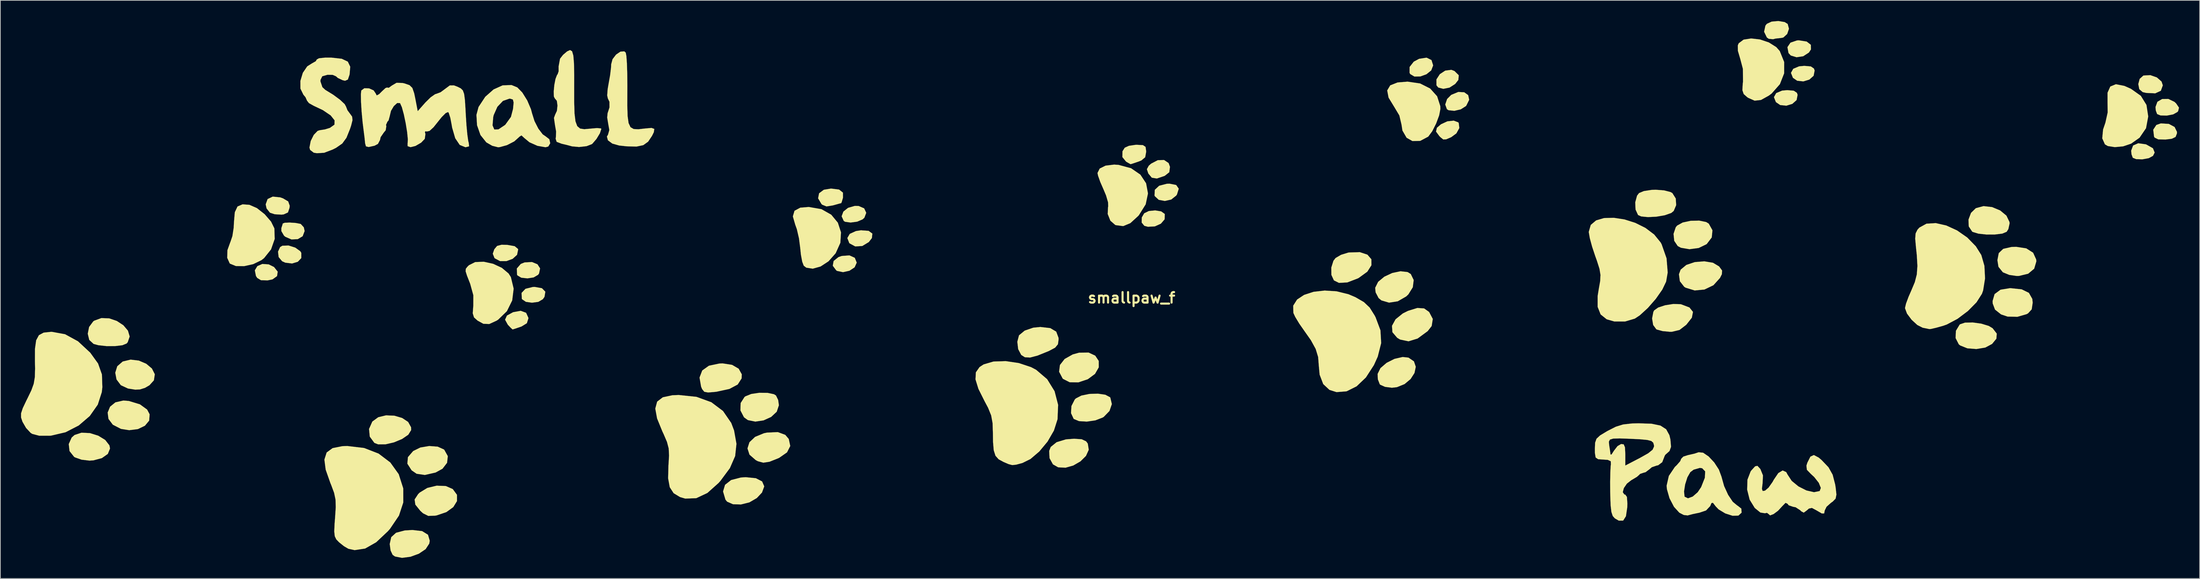
<source format=kicad_pcb>
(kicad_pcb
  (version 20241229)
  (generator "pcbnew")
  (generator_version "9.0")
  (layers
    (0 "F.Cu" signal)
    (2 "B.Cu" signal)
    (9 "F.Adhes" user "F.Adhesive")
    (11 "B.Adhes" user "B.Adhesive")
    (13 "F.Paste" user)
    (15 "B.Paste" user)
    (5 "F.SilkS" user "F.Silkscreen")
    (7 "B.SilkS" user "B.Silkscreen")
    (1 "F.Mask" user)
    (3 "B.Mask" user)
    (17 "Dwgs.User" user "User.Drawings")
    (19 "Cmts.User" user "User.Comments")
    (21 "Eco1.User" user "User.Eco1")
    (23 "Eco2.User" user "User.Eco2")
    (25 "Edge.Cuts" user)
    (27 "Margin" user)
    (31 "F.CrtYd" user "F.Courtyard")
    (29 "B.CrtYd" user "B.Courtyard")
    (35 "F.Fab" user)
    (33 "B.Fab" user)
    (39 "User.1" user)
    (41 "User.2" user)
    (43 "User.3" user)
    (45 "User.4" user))
  (footprint "smallpaw_f"
    (layer "F.Cu")
    (at 161.077 40.206)
    (property "Reference" "smallpaw_f" (at 0 0 0) (layer "F.SilkS") (effects (font (size 1.524 1.524) (thickness 0.3))))
    (attr through_hole)
    (fp_poly (pts (xy -125.154 -4.858) (xy -124.383 -4.475) (xy -123.849 -3.804) (xy -123.943 -3.16) (xy -124.597 -2.687) (xy -125.304 -2.538) (xy -126.268 -2.559) (xy -126.819 -2.896) (xy -127.001 -3.178) (xy -127.163 -3.997) (xy -126.797 -4.606) (xy -126.072 -4.92) (xy -125.154 -4.858)) (stroke (width 0.01) (type solid)) (fill yes) (layer "F.SilkS"))
    (fp_poly (pts (xy -40.147 -5.814) (xy -39.864 -5.115) (xy -40.171 -4.432) (xy -40.919 -3.938) (xy -41.851 -3.732) (xy -42.708 -3.912) (xy -42.831 -3.99) (xy -43.335 -4.662) (xy -43.211 -5.353) (xy -42.514 -5.913) (xy -42.038 -6.081) (xy -40.921 -6.164) (xy -40.147 -5.814)) (stroke (width 0.01) (type solid)) (fill yes) (layer "F.SilkS"))
    (fp_poly (pts (xy -38.141 -9.729) (xy -37.596 -9.33) (xy -37.666 -8.679) (xy -38.108 -8.106) (xy -39.053 -7.533) (xy -40.072 -7.466) (xy -40.905 -7.919) (xy -40.947 -7.967) (xy -41.222 -8.682) (xy -40.873 -9.288) (xy -39.979 -9.696) (xy -39.255 -9.808) (xy -38.141 -9.729)) (stroke (width 0.01) (type solid)) (fill yes) (layer "F.SilkS"))
    (fp_poly (pts (xy 43.503 -34.531) (xy 43.744 -33.758) (xy 43.465 -33.033) (xy 42.773 -32.475) (xy 41.888 -32.154) (xy 41.032 -32.138) (xy 40.423 -32.499) (xy 40.326 -32.68) (xy 40.335 -33.532) (xy 40.932 -34.296) (xy 41.711 -34.714) (xy 42.793 -34.881) (xy 43.503 -34.531)) (stroke (width 0.01) (type solid)) (fill yes) (layer "F.SilkS"))
    (fp_poly (pts (xy 46.838 -32.94) (xy 47.458 -32.329) (xy 47.4 -31.648) (xy 46.941 -31.066) (xy 46.118 -30.536) (xy 45.216 -30.357) (xy 44.486 -30.547) (xy 44.225 -30.868) (xy 44.22 -31.717) (xy 44.714 -32.481) (xy 45.503 -33) (xy 46.384 -33.112) (xy 46.838 -32.94)) (stroke (width 0.01) (type solid)) (fill yes) (layer "F.SilkS"))
    (fp_poly (pts (xy 96.056 -30.08) (xy 96.505 -29.773) (xy 96.606 -29.48) (xy 96.459 -28.722) (xy 95.841 -28.173) (xy 94.974 -27.909) (xy 94.082 -28.002) (xy 93.462 -28.428) (xy 93.175 -29.146) (xy 93.504 -29.733) (xy 94.356 -30.094) (xy 95.107 -30.163) (xy 96.056 -30.08)) (stroke (width 0.01) (type solid)) (fill yes) (layer "F.SilkS"))
    (fp_poly (pts (xy 97.923 -37.218) (xy 98.525 -36.749) (xy 98.544 -36.082) (xy 98.243 -35.624) (xy 97.42 -35.089) (xy 96.454 -34.944) (xy 95.62 -35.198) (xy 95.292 -35.551) (xy 95.133 -36.409) (xy 95.574 -37.059) (xy 96.514 -37.38) (xy 96.812 -37.394) (xy 97.923 -37.218)) (stroke (width 0.01) (type solid)) (fill yes) (layer "F.SilkS"))
    (fp_poly (pts (xy 98.526 -33.607) (xy 98.974 -33.301) (xy 99.076 -33.008) (xy 98.928 -32.25) (xy 98.31 -31.701) (xy 97.444 -31.436) (xy 96.551 -31.53) (xy 95.931 -31.956) (xy 95.645 -32.674) (xy 95.973 -33.26) (xy 96.826 -33.621) (xy 97.577 -33.69) (xy 98.526 -33.607)) (stroke (width 0.01) (type solid)) (fill yes) (layer "F.SilkS"))
    (fp_poly (pts (xy -121.297 -7.29) (xy -120.573 -6.768) (xy -120.425 -6.527) (xy -120.424 -5.779) (xy -120.933 -5.24) (xy -121.768 -4.991) (xy -122.746 -5.111) (xy -123.208 -5.32) (xy -123.707 -5.921) (xy -123.801 -6.705) (xy -123.497 -7.368) (xy -123.166 -7.57) (xy -122.27 -7.598) (xy -121.297 -7.29)) (stroke (width 0.01) (type solid)) (fill yes) (layer "F.SilkS"))
    (fp_poly (pts (xy -86.172 -4.871) (xy -85.788 -4.276) (xy -85.945 -3.537) (xy -86.082 -3.347) (xy -86.725 -2.968) (xy -87.635 -2.829) (xy -88.517 -2.928) (xy -89.08 -3.266) (xy -89.125 -3.351) (xy -89.166 -4.256) (xy -88.587 -4.923) (xy -88.034 -5.143) (xy -86.965 -5.201) (xy -86.172 -4.871)) (stroke (width 0.01) (type solid)) (fill yes) (layer "F.SilkS"))
    (fp_poly (pts (xy -85.524 -1.398) (xy -85.03 -0.89) (xy -85.149 -0.151) (xy -85.386 0.193) (xy -86.045 0.58) (xy -86.963 0.705) (xy -87.847 0.577) (xy -88.403 0.2) (xy -88.438 0.128) (xy -88.472 -0.717) (xy -87.907 -1.312) (xy -86.827 -1.58) (xy -86.573 -1.587) (xy -85.524 -1.398)) (stroke (width 0.01) (type solid)) (fill yes) (layer "F.SilkS"))
    (fp_poly (pts (xy -39.585 -13.339) (xy -38.784 -12.994) (xy -38.484 -12.35) (xy -38.753 -11.637) (xy -39.011 -11.4) (xy -39.796 -11.066) (xy -40.754 -10.939) (xy -41.544 -11.048) (xy -41.745 -11.171) (xy -42.051 -11.846) (xy -41.798 -12.524) (xy -41.123 -13.068) (xy -40.159 -13.346) (xy -39.585 -13.339)) (stroke (width 0.01) (type solid)) (fill yes) (layer "F.SilkS"))
    (fp_poly (pts (xy 4.295 -12.553) (xy 4.802 -12.19) (xy 4.816 -12.158) (xy 4.795 -11.404) (xy 4.255 -10.776) (xy 3.384 -10.381) (xy 2.369 -10.325) (xy 1.852 -10.464) (xy 1.468 -10.937) (xy 1.485 -11.671) (xy 1.834 -12.277) (xy 2.512 -12.608) (xy 3.432 -12.696) (xy 4.295 -12.553)) (stroke (width 0.01) (type solid)) (fill yes) (layer "F.SilkS"))
    (fp_poly (pts (xy 5.373 -19.574) (xy 5.573 -19.026) (xy 5.47 -18.244) (xy 4.824 -17.732) (xy 4.763 -17.703) (xy 3.667 -17.332) (xy 2.939 -17.452) (xy 2.435 -18.056) (xy 2.224 -18.684) (xy 2.499 -19.189) (xy 2.836 -19.485) (xy 3.812 -19.995) (xy 4.721 -20.014) (xy 5.373 -19.574)) (stroke (width 0.01) (type solid)) (fill yes) (layer "F.SilkS"))
    (fp_poly (pts (xy 6.471 -16.388) (xy 6.845 -15.849) (xy 6.587 -15.02) (xy 6.48 -14.857) (xy 5.756 -14.28) (xy 4.826 -14.073) (xy 3.947 -14.236) (xy 3.375 -14.766) (xy 3.332 -14.878) (xy 3.376 -15.69) (xy 4.008 -16.28) (xy 5.125 -16.566) (xy 5.498 -16.581) (xy 6.471 -16.388)) (stroke (width 0.01) (type solid)) (fill yes) (layer "F.SilkS"))
    (fp_poly (pts (xy 48.253 -29.853) (xy 48.824 -29.441) (xy 48.97 -28.765) (xy 48.558 -27.929) (xy 48.483 -27.843) (xy 47.752 -27.379) (xy 46.811 -27.163) (xy 45.988 -27.248) (xy 45.744 -27.399) (xy 45.5 -28.075) (xy 45.77 -28.875) (xy 46.37 -29.476) (xy 47.391 -29.899) (xy 48.253 -29.853)) (stroke (width 0.01) (type solid)) (fill yes) (layer "F.SilkS"))
    (fp_poly (pts (xy 147.084 -22.299) (xy 147.204 -22.256) (xy 148.147 -21.721) (xy 148.395 -21.102) (xy 148.154 -20.622) (xy 147.546 -20.289) (xy 146.62 -20.119) (xy 145.719 -20.144) (xy 145.227 -20.344) (xy 145.039 -20.85) (xy 144.992 -21.378) (xy 145.271 -22.122) (xy 146.015 -22.448) (xy 147.084 -22.299)) (stroke (width 0.01) (type solid)) (fill yes) (layer "F.SilkS"))
    (fp_poly (pts (xy 148.716 -32.008) (xy 149.396 -31.41) (xy 149.578 -30.863) (xy 149.294 -30.077) (xy 148.48 -29.703) (xy 147.193 -29.759) (xy 146.667 -29.877) (xy 146.166 -30.307) (xy 146.023 -31.045) (xy 146.224 -31.799) (xy 146.756 -32.279) (xy 146.782 -32.287) (xy 147.763 -32.342) (xy 148.716 -32.008)) (stroke (width 0.01) (type solid)) (fill yes) (layer "F.SilkS"))
    (fp_poly (pts (xy 150.453 -25.259) (xy 151.287 -24.812) (xy 151.636 -24.095) (xy 151.628 -23.877) (xy 151.427 -23.368) (xy 150.883 -23.106) (xy 150.016 -22.998) (xy 148.935 -23.011) (xy 148.393 -23.272) (xy 148.31 -23.419) (xy 148.191 -24.418) (xy 148.642 -25.105) (xy 149.299 -25.334) (xy 150.453 -25.259)) (stroke (width 0.01) (type solid)) (fill yes) (layer "F.SilkS"))
    (fp_poly (pts (xy -123.481 -14.59) (xy -123.075 -14.445) (xy -122.329 -14.003) (xy -122.112 -13.397) (xy -122.131 -13.09) (xy -122.359 -12.404) (xy -122.975 -12.122) (xy -123.296 -12.084) (xy -124.276 -12.141) (xy -124.972 -12.367) (xy -125.459 -12.984) (xy -125.589 -13.576) (xy -125.311 -14.347) (xy -124.565 -14.701) (xy -123.481 -14.59)) (stroke (width 0.01) (type solid)) (fill yes) (layer "F.SilkS"))
    (fp_poly (pts (xy -90.556 -7.692) (xy -89.475 -7.5) (xy -89.001 -7.106) (xy -88.974 -7.01) (xy -89.131 -6.252) (xy -89.768 -5.669) (xy -90.665 -5.338) (xy -91.602 -5.337) (xy -92.36 -5.743) (xy -92.409 -5.798) (xy -92.65 -6.409) (xy -92.43 -7.052) (xy -92.025 -7.537) (xy -91.361 -7.713) (xy -90.556 -7.692)) (stroke (width 0.01) (type solid)) (fill yes) (layer "F.SilkS"))
    (fp_poly (pts (xy 47.378 -25.488) (xy 47.451 -25.397) (xy 47.54 -24.662) (xy 47.111 -23.884) (xy 46.367 -23.337) (xy 45.624 -23.018) (xy 45.213 -23.003) (xy 44.817 -23.32) (xy 44.652 -23.485) (xy 44.163 -24.148) (xy 44.289 -24.695) (xy 44.881 -25.204) (xy 45.806 -25.632) (xy 46.729 -25.733) (xy 47.378 -25.488)) (stroke (width 0.01) (type solid)) (fill yes) (layer "F.SilkS"))
    (fp_poly (pts (xy 151.27 -28.458) (xy 151.512 -28.229) (xy 151.923 -27.623) (xy 151.807 -27.133) (xy 151.7 -26.994) (xy 151.083 -26.648) (xy 150.152 -26.469) (xy 149.248 -26.492) (xy 148.755 -26.694) (xy 148.566 -27.201) (xy 148.519 -27.714) (xy 148.798 -28.474) (xy 149.491 -28.876) (xy 150.386 -28.883) (xy 151.27 -28.458)) (stroke (width 0.01) (type solid)) (fill yes) (layer "F.SilkS"))
    (fp_poly (pts (xy -145.434 14.98) (xy -143.834 15.468) (xy -142.791 16.225) (xy -142.426 16.912) (xy -142.493 17.83) (xy -143.11 18.571) (xy -144.125 19.06) (xy -145.39 19.219) (xy -146.579 19.03) (xy -147.761 18.421) (xy -148.391 17.582) (xy -148.511 16.663) (xy -148.162 15.812) (xy -147.387 15.179) (xy -146.228 14.914) (xy -145.434 14.98)) (stroke (width 0.01) (type solid)) (fill yes) (layer "F.SilkS"))
    (fp_poly (pts (xy -100.647 21.613) (xy -99.739 22.023) (xy -99.685 22.074) (xy -99.177 22.987) (xy -99.282 23.953) (xy -99.942 24.814) (xy -100.94 25.363) (xy -102.506 25.721) (xy -103.7 25.546) (xy -104.422 25.047) (xy -105.041 24.08) (xy -104.956 23.133) (xy -104.198 22.251) (xy -103.154 21.737) (xy -101.878 21.521) (xy -100.647 21.613)) (stroke (width 0.01) (type solid)) (fill yes) (layer "F.SilkS"))
    (fp_poly (pts (xy -87.819 2.173) (xy -87.492 2.896) (xy -87.489 2.988) (xy -87.709 3.682) (xy -88.47 4.151) (xy -88.6 4.199) (xy -89.371 4.461) (xy -89.77 4.585) (xy -89.78 4.586) (xy -90.037 4.358) (xy -90.467 3.903) (xy -90.868 3.175) (xy -90.599 2.576) (xy -89.701 2.086) (xy -88.6 1.885) (xy -87.819 2.173)) (stroke (width 0.01) (type solid)) (fill yes) (layer "F.SilkS"))
    (fp_poly (pts (xy -54.494 26.197) (xy -53.587 26.665) (xy -53.278 27.381) (xy -53.604 28.274) (xy -54.355 29.073) (xy -55.433 29.701) (xy -56.654 30.005) (xy -57.802 29.974) (xy -58.661 29.599) (xy -58.901 29.304) (xy -59.25 28.12) (xy -58.96 27.155) (xy -58.079 26.462) (xy -56.655 26.093) (xy -55.961 26.049) (xy -54.494 26.197)) (stroke (width 0.01) (type solid)) (fill yes) (layer "F.SilkS"))
    (fp_poly (pts (xy -42.422 -15.725) (xy -41.866 -15.283) (xy -41.859 -14.539) (xy -42.036 -13.932) (xy -42.112 -13.758) (xy -42.446 -13.672) (xy -43.196 -13.462) (xy -43.305 -13.43) (xy -44.244 -13.278) (xy -44.864 -13.527) (xy -44.979 -13.632) (xy -45.463 -14.453) (xy -45.322 -15.183) (xy -44.634 -15.697) (xy -43.586 -15.87) (xy -42.422 -15.725)) (stroke (width 0.01) (type solid)) (fill yes) (layer "F.SilkS"))
    (fp_poly (pts (xy -5.268 8.399) (xy -4.762 9.162) (xy -4.757 10.092) (xy -5.302 11.042) (xy -6.343 11.814) (xy -7.711 12.273) (xy -8.978 12.255) (xy -9.936 11.768) (xy -9.999 11.702) (xy -10.508 10.731) (xy -10.388 9.756) (xy -9.707 8.884) (xy -8.533 8.221) (xy -7.593 7.962) (xy -6.227 7.95) (xy -5.268 8.399)) (stroke (width 0.01) (type solid)) (fill yes) (layer "F.SilkS"))
    (fp_poly (pts (xy 42.44 1.541) (xy 43.161 2.056) (xy 43.691 3.065) (xy 43.53 4.093) (xy 42.951 4.833) (xy 41.489 5.906) (xy 40.172 6.31) (xy 38.955 6.054) (xy 38.531 5.801) (xy 37.84 4.992) (xy 37.775 4.063) (xy 38.293 3.118) (xy 39.351 2.265) (xy 40.103 1.891) (xy 41.455 1.471) (xy 42.44 1.541)) (stroke (width 0.01) (type solid)) (fill yes) (layer "F.SilkS"))
    (fp_poly (pts (xy 94.732 -40.047) (xy 95.166 -39.776) (xy 95.352 -39.077) (xy 95.094 -38.319) (xy 94.537 -37.811) (xy 94.232 -37.747) (xy 93.397 -37.655) (xy 93.064 -37.563) (xy 92.428 -37.622) (xy 92.153 -37.81) (xy 91.749 -38.644) (xy 91.94 -39.531) (xy 92.146 -39.793) (xy 92.844 -40.117) (xy 93.82 -40.201) (xy 94.732 -40.047)) (stroke (width 0.01) (type solid)) (fill yes) (layer "F.SilkS"))
    (fp_poly (pts (xy -121.256 -10.876) (xy -120.566 -10.744) (xy -120.502 -10.722) (xy -120.061 -10.239) (xy -119.944 -9.701) (xy -120.231 -8.948) (xy -120.941 -8.526) (xy -121.853 -8.484) (xy -122.745 -8.872) (xy -122.938 -9.041) (xy -123.316 -9.694) (xy -123.316 -10.129) (xy -123.14 -10.669) (xy -123.119 -10.789) (xy -122.817 -10.905) (xy -122.101 -10.932) (xy -121.256 -10.876)) (stroke (width 0.01) (type solid)) (fill yes) (layer "F.SilkS"))
    (fp_poly (pts (xy -7.219 20.543) (xy -6.592 20.841) (xy -6.35 21.167) (xy -6.209 22.064) (xy -6.614 22.955) (xy -7.414 23.746) (xy -8.453 24.347) (xy -9.58 24.667) (xy -10.64 24.613) (xy -11.402 24.178) (xy -11.895 23.281) (xy -11.947 22.236) (xy -11.724 21.66) (xy -10.873 20.967) (xy -9.515 20.554) (xy -8.326 20.461) (xy -7.219 20.543)) (stroke (width 0.01) (type solid)) (fill yes) (layer "F.SilkS"))
    (fp_poly (pts (xy 40.041 -3.742) (xy 40.499 -3.457) (xy 40.922 -2.587) (xy 40.792 -1.536) (xy 40.149 -0.505) (xy 39.837 -0.208) (xy 38.612 0.499) (xy 37.347 0.695) (xy 36.243 0.369) (xy 35.833 0.029) (xy 35.401 -0.798) (xy 35.338 -1.458) (xy 35.769 -2.326) (xy 36.664 -3.069) (xy 37.814 -3.607) (xy 39.009 -3.858) (xy 40.041 -3.742)) (stroke (width 0.01) (type solid)) (fill yes) (layer "F.SilkS"))
    (fp_poly (pts (xy 84.327 -5.096) (xy 85.218 -4.562) (xy 85.648 -3.976) (xy 85.626 -3.443) (xy 85.35 -2.891) (xy 84.399 -1.836) (xy 83.102 -1.212) (xy 81.682 -1.075) (xy 80.361 -1.479) (xy 80.159 -1.608) (xy 79.53 -2.416) (xy 79.398 -3.427) (xy 79.645 -4.092) (xy 80.473 -4.779) (xy 81.697 -5.19) (xy 83.066 -5.302) (xy 84.327 -5.096)) (stroke (width 0.01) (type solid)) (fill yes) (layer "F.SilkS"))
    (fp_poly (pts (xy -151.087 19.645) (xy -149.878 20.022) (xy -148.869 20.64) (xy -148.259 21.424) (xy -148.167 21.878) (xy -148.49 22.666) (xy -149.351 23.272) (xy -150.587 23.603) (xy -151.165 23.636) (xy -152.297 23.501) (xy -153.25 23.167) (xy -153.38 23.087) (xy -154.039 22.255) (xy -154.154 21.237) (xy -153.729 20.29) (xy -153.311 19.919) (xy -152.298 19.585) (xy -151.087 19.645)) (stroke (width 0.01) (type solid)) (fill yes) (layer "F.SilkS"))
    (fp_poly (pts (xy -106.925 17.117) (xy -105.797 17.449) (xy -104.931 18.024) (xy -104.5 18.806) (xy -104.495 19.207) (xy -104.907 19.877) (xy -105.808 20.495) (xy -106.981 20.985) (xy -108.208 21.271) (xy -109.273 21.278) (xy -109.827 21.061) (xy -110.491 20.157) (xy -110.598 19.044) (xy -110.126 17.977) (xy -110.12 17.969) (xy -109.261 17.338) (xy -108.138 17.067) (xy -106.925 17.117)) (stroke (width 0.01) (type solid)) (fill yes) (layer "F.SilkS"))
    (fp_poly (pts (xy -102.898 33.88) (xy -102.051 34.407) (xy -101.797 35.268) (xy -101.864 35.683) (xy -102.391 36.494) (xy -103.374 37.156) (xy -104.589 37.6) (xy -105.815 37.758) (xy -106.831 37.561) (xy -107.174 37.324) (xy -107.471 36.693) (xy -107.597 35.764) (xy -107.597 35.749) (xy -107.379 34.758) (xy -106.679 34.118) (xy -105.428 33.786) (xy -104.306 33.716) (xy -102.898 33.88)) (stroke (width 0.01) (type solid)) (fill yes) (layer "F.SilkS"))
    (fp_poly (pts (xy -99.46 27.334) (xy -98.456 27.773) (xy -97.844 28.608) (xy -97.843 29.515) (xy -98.38 30.387) (xy -99.384 31.115) (xy -100.784 31.591) (xy -101.008 31.632) (xy -102.003 31.668) (xy -102.767 31.288) (xy -103.162 30.926) (xy -103.883 30.028) (xy -103.987 29.282) (xy -103.48 28.508) (xy -103.256 28.286) (xy -102.144 27.607) (xy -100.789 27.28) (xy -99.46 27.334)) (stroke (width 0.01) (type solid)) (fill yes) (layer "F.SilkS"))
    (fp_poly (pts (xy -57.947 9.732) (xy -56.989 10.291) (xy -56.535 11.105) (xy -56.559 11.698) (xy -57.127 12.585) (xy -58.331 13.227) (xy -60.187 13.63) (xy -60.387 13.655) (xy -61.415 13.744) (xy -61.972 13.64) (xy -62.284 13.257) (xy -62.433 12.9) (xy -62.662 11.579) (xy -62.271 10.551) (xy -61.299 9.857) (xy -59.784 9.54) (xy -59.289 9.525) (xy -57.947 9.732)) (stroke (width 0.01) (type solid)) (fill yes) (layer "F.SilkS"))
    (fp_poly (pts (xy -52.803 13.8) (xy -51.868 14) (xy -51.576 14.182) (xy -51.26 14.831) (xy -51.153 15.598) (xy -51.467 16.538) (xy -52.276 17.293) (xy -53.377 17.794) (xy -54.567 17.971) (xy -55.646 17.755) (xy -56.213 17.347) (xy -56.729 16.348) (xy -56.698 15.281) (xy -56.139 14.404) (xy -56.013 14.308) (xy -55.153 13.961) (xy -53.99 13.789) (xy -52.803 13.8)) (stroke (width 0.01) (type solid)) (fill yes) (layer "F.SilkS"))
    (fp_poly (pts (xy -50.226 19.9) (xy -49.722 20.498) (xy -49.506 21.516) (xy -49.973 22.438) (xy -51.106 23.229) (xy -51.275 23.308) (xy -52.52 23.803) (xy -53.411 23.938) (xy -54.189 23.731) (xy -54.504 23.567) (xy -55.416 22.772) (xy -55.707 21.868) (xy -55.422 20.971) (xy -54.609 20.197) (xy -53.315 19.663) (xy -52.891 19.575) (xy -51.313 19.499) (xy -50.226 19.9)) (stroke (width 0.01) (type solid)) (fill yes) (layer "F.SilkS"))
    (fp_poly (pts (xy 34.21 -6.27) (xy 34.786 -5.6) (xy 34.794 -4.74) (xy 34.195 -3.801) (xy 32.951 -2.897) (xy 32.811 -2.823) (xy 31.296 -2.242) (xy 30.088 -2.173) (xy 29.351 -2.54) (xy 28.986 -3.332) (xy 28.971 -4.389) (xy 29.282 -5.38) (xy 29.59 -5.781) (xy 30.394 -6.25) (xy 31.445 -6.573) (xy 31.511 -6.585) (xy 33.105 -6.635) (xy 34.21 -6.27)) (stroke (width 0.01) (type solid)) (fill yes) (layer "F.SilkS"))
    (fp_poly (pts (xy 40.165 8.683) (xy 40.957 9.225) (xy 41.223 10.012) (xy 41.037 10.911) (xy 40.47 11.792) (xy 39.596 12.523) (xy 38.487 12.972) (xy 37.753 13.053) (xy 36.77 12.926) (xy 36.07 12.613) (xy 36.001 12.545) (xy 35.725 11.833) (xy 35.693 11.046) (xy 36.104 10.208) (xy 36.995 9.441) (xy 38.143 8.863) (xy 39.324 8.592) (xy 40.165 8.683)) (stroke (width 0.01) (type solid)) (fill yes) (layer "F.SilkS"))
    (fp_poly (pts (xy 83.339 -11.009) (xy 83.721 -10.773) (xy 84.256 -9.813) (xy 84.154 -8.773) (xy 83.434 -7.827) (xy 83.384 -7.787) (xy 82.257 -7.242) (xy 80.921 -7.065) (xy 79.689 -7.276) (xy 79.222 -7.524) (xy 78.715 -8.279) (xy 78.615 -9.294) (xy 78.933 -10.246) (xy 79.128 -10.488) (xy 79.94 -10.938) (xy 81.099 -11.187) (xy 82.325 -11.216) (xy 83.339 -11.009)) (stroke (width 0.01) (type solid)) (fill yes) (layer "F.SilkS"))
    (fp_poly (pts (xy 123.247 3.749) (xy 124.335 4.082) (xy 124.887 4.413) (xy 125.492 5.192) (xy 125.438 5.932) (xy 124.817 6.689) (xy 123.833 7.217) (xy 122.54 7.432) (xy 121.226 7.329) (xy 120.178 6.905) (xy 119.986 6.744) (xy 119.524 5.84) (xy 119.571 4.785) (xy 120.108 3.894) (xy 120.162 3.847) (xy 120.892 3.6) (xy 122.01 3.578) (xy 123.247 3.749)) (stroke (width 0.01) (type solid)) (fill yes) (layer "F.SilkS"))
    (fp_poly (pts (xy 129.104 -1.236) (xy 130.152 -0.724) (xy 130.649 0.157) (xy 130.704 0.706) (xy 130.563 1.668) (xy 130.039 2.244) (xy 129.822 2.366) (xy 128.489 2.751) (xy 127.069 2.722) (xy 126.118 2.401) (xy 125.242 1.705) (xy 124.907 0.814) (xy 124.889 0.466) (xy 125.182 -0.544) (xy 126.044 -1.181) (xy 127.421 -1.406) (xy 127.466 -1.406) (xy 129.104 -1.236)) (stroke (width 0.01) (type solid)) (fill yes) (layer "F.SilkS"))
    (fp_poly (pts (xy 129.772 -7.184) (xy 130.768 -6.549) (xy 131.216 -5.562) (xy 131.233 -5.292) (xy 130.921 -4.234) (xy 130.05 -3.507) (xy 128.719 -3.184) (xy 128.411 -3.175) (xy 127.316 -3.331) (xy 126.398 -3.707) (xy 126.373 -3.724) (xy 125.742 -4.507) (xy 125.589 -5.476) (xy 125.787 -6.498) (xy 126.436 -7.114) (xy 127.62 -7.384) (xy 128.309 -7.408) (xy 129.772 -7.184)) (stroke (width 0.01) (type solid)) (fill yes) (layer "F.SilkS"))
    (fp_poly (pts (xy -148.286 2.982) (xy -147.182 3.36) (xy -146.235 3.984) (xy -145.572 4.766) (xy -145.32 5.615) (xy -145.603 6.444) (xy -145.768 6.632) (xy -146.381 6.88) (xy -147.436 7.006) (xy -148.678 7.007) (xy -149.852 6.879) (xy -150.548 6.692) (xy -151.18 6.111) (xy -151.396 5.21) (xy -151.203 4.233) (xy -150.605 3.425) (xy -150.461 3.32) (xy -149.421 2.939) (xy -148.286 2.982)) (stroke (width 0.01) (type solid)) (fill yes) (layer "F.SilkS"))
    (fp_poly (pts (xy -143.998 9.113) (xy -142.919 9.573) (xy -142.095 10.264) (xy -141.674 11.096) (xy -141.807 11.976) (xy -141.813 11.988) (xy -142.45 12.691) (xy -143.096 13.07) (xy -143.826 13.3) (xy -144.498 13.333) (xy -145.47 13.181) (xy -145.572 13.161) (xy -146.598 12.683) (xy -147.223 11.854) (xy -147.408 10.872) (xy -147.117 9.935) (xy -146.322 9.247) (xy -145.182 8.974) (xy -143.998 9.113)) (stroke (width 0.01) (type solid)) (fill yes) (layer "F.SilkS"))
    (fp_poly (pts (xy 1.652 -22.176) (xy 2.03 -21.925) (xy 2.116 -21.313) (xy 2.117 -21.201) (xy 1.977 -20.42) (xy 1.422 -19.956) (xy 1.006 -19.79) (xy 0.245 -19.531) (xy -0.133 -19.414) (xy -0.141 -19.414) (xy -0.429 -19.573) (xy -0.794 -19.784) (xy -1.329 -20.44) (xy -1.319 -21.279) (xy -0.988 -21.802) (xy -0.376 -22.08) (xy 0.586 -22.221) (xy 0.776 -22.225) (xy 1.652 -22.176)) (stroke (width 0.01) (type solid)) (fill yes) (layer "F.SilkS"))
    (fp_poly (pts (xy 124.815 -13.179) (xy 125.987 -12.689) (xy 126.894 -11.938) (xy 127.337 -11.016) (xy 127.353 -10.805) (xy 127.173 -9.983) (xy 126.929 -9.596) (xy 126.298 -9.333) (xy 125.232 -9.202) (xy 123.989 -9.199) (xy 122.83 -9.324) (xy 122.011 -9.574) (xy 121.924 -9.629) (xy 121.434 -10.372) (xy 121.394 -11.361) (xy 121.761 -12.337) (xy 122.462 -13.021) (xy 123.574 -13.32) (xy 124.815 -13.179)) (stroke (width 0.01) (type solid)) (fill yes) (layer "F.SilkS"))
    (fp_poly (pts (xy -11.789 4.397) (xy -10.927 4.911) (xy -10.592 5.812) (xy -10.583 6.029) (xy -10.679 6.741) (xy -11.084 7.232) (xy -11.973 7.706) (xy -12.083 7.755) (xy -13.639 8.384) (xy -14.724 8.669) (xy -15.473 8.625) (xy -16.001 8.291) (xy -16.444 7.451) (xy -16.568 6.376) (xy -16.329 5.462) (xy -16.311 5.433) (xy -15.498 4.76) (xy -14.249 4.333) (xy -13.229 4.233) (xy -11.789 4.397)) (stroke (width 0.01) (type solid)) (fill yes) (layer "F.SilkS"))
    (fp_poly (pts (xy -3.809 14.073) (xy -3.126 14.434) (xy -3.079 14.497) (xy -2.859 15.429) (xy -3.202 16.428) (xy -4.027 17.278) (xy -4.185 17.378) (xy -5.248 17.79) (xy -6.482 17.97) (xy -7.616 17.906) (xy -8.379 17.585) (xy -8.396 17.568) (xy -8.779 16.744) (xy -8.717 15.71) (xy -8.243 14.777) (xy -8.085 14.614) (xy -7.271 14.193) (xy -6.124 13.958) (xy -4.889 13.916) (xy -3.809 14.073)) (stroke (width 0.01) (type solid)) (fill yes) (layer "F.SilkS"))
    (fp_poly (pts (xy 77.233 -15.606) (xy 78.17 -15.366) (xy 78.439 -15.214) (xy 78.932 -14.43) (xy 78.993 -13.465) (xy 78.638 -12.624) (xy 78.286 -12.331) (xy 77.337 -11.996) (xy 76.128 -11.79) (xy 74.908 -11.728) (xy 73.922 -11.826) (xy 73.466 -12.032) (xy 73.103 -12.825) (xy 73.059 -13.876) (xy 73.32 -14.835) (xy 73.608 -15.214) (xy 74.309 -15.505) (xy 75.423 -15.676) (xy 76.024 -15.699) (xy 77.233 -15.606)) (stroke (width 0.01) (type solid)) (fill yes) (layer "F.SilkS"))
    (fp_poly (pts (xy 79.597 0.92) (xy 79.728 0.947) (xy 80.918 1.4) (xy 81.43 2.043) (xy 81.267 2.885) (xy 80.46 3.908) (xy 79.478 4.662) (xy 78.393 4.922) (xy 78.079 4.928) (xy 77.023 4.829) (xy 76.194 4.6) (xy 76.112 4.558) (xy 75.657 3.939) (xy 75.503 2.993) (xy 75.687 2.043) (xy 75.801 1.827) (xy 76.385 1.41) (xy 77.397 1.079) (xy 78.56 0.895) (xy 79.597 0.92)) (stroke (width 0.01) (type solid)) (fill yes) (layer "F.SilkS"))
    (fp_poly (pts (xy 144 -30.781) (xy 144.952 -30.359) (xy 146.388 -29.339) (xy 147.206 -28.019) (xy 147.461 -26.342) (xy 147.144 -24.638) (xy 146.207 -23.262) (xy 144.978 -22.394) (xy 143.84 -22.007) (xy 142.622 -21.889) (xy 141.601 -22.049) (xy 141.182 -22.296) (xy 140.796 -23.166) (xy 140.916 -24.448) (xy 141.255 -25.445) (xy 141.586 -26.936) (xy 141.562 -28.308) (xy 141.561 -29.787) (xy 141.963 -30.689) (xy 142.773 -31.02) (xy 144 -30.781)) (stroke (width 0.01) (type solid)) (fill yes) (layer "F.SilkS"))
    (fp_poly (pts (xy -44.979 -12.875) (xy -43.561 -12.074) (xy -42.602 -10.914) (xy -42.147 -9.514) (xy -42.239 -7.994) (xy -42.921 -6.475) (xy -43.955 -5.309) (xy -45.103 -4.557) (xy -46.241 -4.238) (xy -47.183 -4.386) (xy -47.548 -4.674) (xy -47.766 -5.247) (xy -47.957 -6.275) (xy -48.055 -7.232) (xy -48.237 -8.642) (xy -48.547 -9.978) (xy -48.779 -10.624) (xy -49.125 -11.826) (xy -48.886 -12.644) (xy -48.05 -13.094) (xy -46.814 -13.196) (xy -44.979 -12.875)) (stroke (width 0.01) (type solid)) (fill yes) (layer "F.SilkS"))
    (fp_poly (pts (xy 41.848 -31.134) (xy 43.309 -30.398) (xy 44.319 -29.273) (xy 44.778 -27.841) (xy 44.795 -27.446) (xy 44.615 -26.5) (xy 44.176 -25.318) (xy 43.612 -24.199) (xy 43.053 -23.442) (xy 43.005 -23.4) (xy 41.868 -22.797) (xy 40.739 -22.774) (xy 39.894 -23.253) (xy 39.291 -24.298) (xy 39.158 -25.161) (xy 38.845 -26.487) (xy 38.11 -27.718) (xy 37.28 -29.076) (xy 37.083 -30.122) (xy 37.518 -30.856) (xy 38.588 -31.28) (xy 40.035 -31.397) (xy 41.848 -31.134)) (stroke (width 0.01) (type solid)) (fill yes) (layer "F.SilkS"))
    (fp_poly (pts (xy -127.943 -13.504) (xy -126.866 -13.033) (xy -125.742 -12.145) (xy -124.812 -11.068) (xy -124.332 -10.091) (xy -124.284 -8.555) (xy -124.814 -7.037) (xy -125.827 -5.77) (xy -126.213 -5.472) (xy -127.399 -4.897) (xy -128.712 -4.605) (xy -129.913 -4.62) (xy -130.764 -4.967) (xy -130.81 -5.009) (xy -131.17 -5.814) (xy -131.138 -6.928) (xy -130.722 -8.082) (xy -130.704 -8.114) (xy -130.418 -8.962) (xy -130.23 -10.184) (xy -130.188 -11.012) (xy -130.067 -12.435) (xy -129.676 -13.264) (xy -128.94 -13.581) (xy -127.943 -13.504)) (stroke (width 0.01) (type solid)) (fill yes) (layer "F.SilkS"))
    (fp_poly (pts (xy 91.16 -37.521) (xy 92.438 -37.089) (xy 93.511 -36.413) (xy 94.016 -35.842) (xy 94.657 -34.252) (xy 94.653 -32.604) (xy 94.038 -31.035) (xy 92.843 -29.679) (xy 92.428 -29.369) (xy 91.292 -28.738) (xy 90.372 -28.638) (xy 89.438 -29.052) (xy 89.29 -29.153) (xy 88.788 -29.6) (xy 88.599 -30.158) (xy 88.652 -31.09) (xy 88.687 -31.355) (xy 88.675 -33.253) (xy 88.3 -34.674) (xy 87.946 -35.876) (xy 87.933 -36.654) (xy 88.066 -36.97) (xy 88.776 -37.499) (xy 89.873 -37.67) (xy 91.16 -37.521)) (stroke (width 0.01) (type solid)) (fill yes) (layer "F.SilkS"))
    (fp_poly (pts (xy -1.894 -19.31) (xy -0.072 -18.822) (xy 1.276 -17.893) (xy 2.108 -16.635) (xy 2.38 -15.161) (xy 2.049 -13.583) (xy 1.07 -12.015) (xy 0.964 -11.894) (xy -0.178 -10.849) (xy -1.213 -10.42) (xy -2.27 -10.556) (xy -2.371 -10.594) (xy -3.072 -11.206) (xy -3.458 -12.179) (xy -3.41 -13.197) (xy -3.384 -13.271) (xy -3.408 -13.884) (xy -3.697 -14.873) (xy -4.052 -15.72) (xy -4.535 -16.828) (xy -4.857 -17.735) (xy -4.939 -18.134) (xy -4.62 -18.775) (xy -3.767 -19.2) (xy -2.532 -19.349) (xy -1.894 -19.31)) (stroke (width 0.01) (type solid)) (fill yes) (layer "F.SilkS"))
    (fp_poly (pts (xy -92.608 -4.944) (xy -91.341 -4.357) (xy -90.365 -3.538) (xy -90.028 -3.01) (xy -89.625 -1.333) (xy -89.836 0.375) (xy -90.604 1.933) (xy -91.869 3.163) (xy -92.113 3.318) (xy -93.159 3.798) (xy -94.011 3.768) (xy -94.86 3.302) (xy -95.373 2.838) (xy -95.555 2.251) (xy -95.486 1.269) (xy -95.474 1.183) (xy -95.467 -0.371) (xy -95.924 -2.034) (xy -95.962 -2.133) (xy -96.39 -3.224) (xy -96.588 -3.851) (xy -96.566 -4.214) (xy -96.336 -4.512) (xy -96.107 -4.737) (xy -95.197 -5.193) (xy -93.962 -5.243) (xy -92.608 -4.944)) (stroke (width 0.01) (type solid)) (fill yes) (layer "F.SilkS"))
    (fp_poly (pts (xy -63.101 14.379) (xy -60.95 15.163) (xy -59.257 16.437) (xy -58.065 18.171) (xy -57.655 19.258) (xy -57.309 21.197) (xy -57.498 22.976) (xy -58.26 24.726) (xy -59.634 26.581) (xy -59.904 26.886) (xy -61.524 28.335) (xy -63.137 29.093) (xy -64.731 29.153) (xy -65.491 28.931) (xy -66.42 28.366) (xy -66.98 27.503) (xy -67.217 26.219) (xy -67.173 24.394) (xy -67.17 24.349) (xy -67.082 22.912) (xy -67.134 21.872) (xy -67.381 20.926) (xy -67.875 19.773) (xy -68.05 19.403) (xy -68.821 17.511) (xy -69.08 16.082) (xy -68.809 15.074) (xy -67.988 14.443) (xy -66.599 14.147) (xy -65.667 14.111) (xy -63.101 14.379)) (stroke (width 0.01) (type solid)) (fill yes) (layer "F.SilkS"))
    (fp_poly (pts (xy 29.728 -0.949) (xy 31.461 -0.522) (xy 32.48 -0.088) (xy 33.701 0.622) (xy 34.533 1.41) (xy 35.25 2.549) (xy 35.393 2.822) (xy 36.099 4.711) (xy 36.205 6.568) (xy 35.706 8.54) (xy 35.154 9.762) (xy 33.992 11.561) (xy 32.642 12.847) (xy 31.193 13.573) (xy 29.729 13.69) (xy 28.703 13.364) (xy 27.803 12.523) (xy 27.282 11.158) (xy 27.164 9.884) (xy 27.065 8.595) (xy 26.708 7.418) (xy 26.007 6.141) (xy 25.094 4.843) (xy 24.332 3.75) (xy 23.736 2.763) (xy 23.471 2.188) (xy 23.452 1.13) (xy 24.01 0.248) (xy 25.031 -0.429) (xy 26.4 -0.874) (xy 28.004 -1.057) (xy 29.728 -0.949)) (stroke (width 0.01) (type solid)) (fill yes) (layer "F.SilkS"))
    (fp_poly (pts (xy -111.317 21.806) (xy -109.214 22.623) (xy -107.514 23.912) (xy -106.297 25.61) (xy -105.644 27.658) (xy -105.636 27.707) (xy -105.632 29.708) (xy -106.26 31.622) (xy -107.552 33.535) (xy -107.857 33.885) (xy -109.56 35.491) (xy -111.166 36.406) (xy -112.689 36.637) (xy -113.594 36.44) (xy -114.228 36.071) (xy -114.942 35.501) (xy -115.346 35.082) (xy -115.569 34.619) (xy -115.643 33.93) (xy -115.596 32.83) (xy -115.524 31.916) (xy -115.425 30.397) (xy -115.459 29.294) (xy -115.663 28.324) (xy -116.077 27.203) (xy -116.205 26.896) (xy -116.887 24.953) (xy -117.074 23.488) (xy -116.745 22.459) (xy -115.882 21.825) (xy -114.465 21.543) (xy -113.745 21.519) (xy -111.317 21.806)) (stroke (width 0.01) (type solid)) (fill yes) (layer "F.SilkS"))
    (fp_poly (pts (xy -16.346 9.474) (xy -14.573 10.067) (xy -13.84 10.453) (xy -12.243 11.817) (xy -11.167 13.559) (xy -10.653 15.544) (xy -10.739 17.634) (xy -11.262 19.275) (xy -12.186 20.873) (xy -13.375 22.306) (xy -14.663 23.405) (xy -15.822 23.98) (xy -16.738 24.227) (xy -17.3 24.288) (xy -17.838 24.146) (xy -18.556 23.838) (xy -19.278 23.448) (xy -19.736 22.933) (xy -19.988 22.139) (xy -20.092 20.909) (xy -20.108 19.672) (xy -20.156 18.194) (xy -20.36 17.074) (xy -20.808 15.967) (xy -21.308 15.027) (xy -22.211 13.219) (xy -22.634 11.844) (xy -22.579 10.817) (xy -22.048 10.056) (xy -21.454 9.668) (xy -20.024 9.249) (xy -18.242 9.193) (xy -16.346 9.474)) (stroke (width 0.01) (type solid)) (fill yes) (layer "F.SilkS"))
    (fp_poly (pts (xy -154.691 5.287) (xy -152.814 6.314) (xy -151.04 7.963) (xy -149.906 9.535) (xy -149.343 11.13) (xy -149.283 12.983) (xy -149.362 13.69) (xy -149.947 15.508) (xy -151.105 17.158) (xy -152.704 18.531) (xy -154.615 19.516) (xy -156.706 20.006) (xy -156.925 20.024) (xy -158.439 20.022) (xy -159.436 19.76) (xy -159.672 19.617) (xy -160.343 18.9) (xy -160.865 17.995) (xy -161.071 17.372) (xy -161.072 16.783) (xy -160.825 16.024) (xy -160.288 14.891) (xy -160.146 14.61) (xy -159.575 13.429) (xy -159.235 12.486) (xy -159.072 11.522) (xy -159.037 10.28) (xy -159.057 9.195) (xy -159.051 7.385) (xy -158.88 6.164) (xy -158.481 5.423) (xy -157.792 5.051) (xy -156.747 4.94) (xy -156.594 4.939) (xy -154.691 5.287)) (stroke (width 0.01) (type solid)) (fill yes) (layer "F.SilkS"))
    (fp_poly (pts (xy 71.49 -11.386) (xy 73.06 -10.889) (xy 74.536 -10.153) (xy 75.802 -9.198) (xy 76.74 -8.044) (xy 76.881 -7.786) (xy 77.597 -5.74) (xy 77.763 -3.685) (xy 77.535 -2.355) (xy 76.982 -1.199) (xy 76.039 0.147) (xy 74.89 1.464) (xy 73.721 2.533) (xy 72.997 3.013) (xy 71.586 3.433) (xy 70.033 3.434) (xy 68.92 3.115) (xy 68.037 2.406) (xy 67.605 1.31) (xy 67.604 -0.251) (xy 67.768 -1.274) (xy 67.973 -2.439) (xy 68.018 -3.329) (xy 67.873 -4.214) (xy 67.509 -5.363) (xy 67.261 -6.054) (xy 66.804 -7.431) (xy 66.47 -8.668) (xy 66.323 -9.524) (xy 66.321 -9.593) (xy 66.607 -10.589) (xy 67.384 -11.246) (xy 68.535 -11.585) (xy 69.942 -11.625) (xy 71.49 -11.386)) (stroke (width 0.01) (type solid)) (fill yes) (layer "F.SilkS"))
    (fp_poly (pts (xy 118.17 -10.506) (xy 119.734 -9.79) (xy 121.207 -8.765) (xy 122.453 -7.489) (xy 123.251 -6.218) (xy 123.703 -4.643) (xy 123.793 -2.813) (xy 123.516 -1.079) (xy 123.344 -0.59) (xy 122.558 0.643) (xy 121.307 1.912) (xy 119.801 3.045) (xy 118.247 3.87) (xy 117.712 4.059) (xy 116.675 4.348) (xy 115.941 4.517) (xy 115.735 4.538) (xy 115.264 4.44) (xy 114.753 4.339) (xy 113.974 3.943) (xy 113.143 3.179) (xy 112.476 2.286) (xy 112.187 1.506) (xy 112.187 1.472) (xy 112.332 0.848) (xy 112.705 -0.16) (xy 113.099 -1.058) (xy 113.611 -2.281) (xy 113.899 -3.399) (xy 113.987 -4.635) (xy 113.898 -6.211) (xy 113.775 -7.372) (xy 113.667 -8.597) (xy 113.727 -9.36) (xy 113.994 -9.895) (xy 114.269 -10.2) (xy 115.303 -10.77) (xy 116.648 -10.852) (xy 118.17 -10.506)) (stroke (width 0.01) (type solid)) (fill yes) (layer "F.SilkS"))
    (fp_poly (pts (xy -73.368 -35.614) (xy -73.273 -35.117) (xy -73.198 -34.054) (xy -73.149 -32.564) (xy -73.132 -30.787) (xy -73.135 -30.089) (xy -73.143 -27.938) (xy -73.097 -26.399) (xy -72.955 -25.378) (xy -72.675 -24.781) (xy -72.214 -24.514) (xy -71.531 -24.482) (xy -70.652 -24.584) (xy -69.641 -24.678) (xy -69.222 -24.531) (xy -69.297 -24.048) (xy -69.555 -23.525) (xy -70.12 -22.682) (xy -70.821 -22.178) (xy -71.813 -21.968) (xy -73.246 -22.008) (xy -74.322 -22.125) (xy -75.314 -22.407) (xy -75.951 -22.883) (xy -76.098 -23.424) (xy -75.94 -23.684) (xy -75.746 -24.371) (xy -75.903 -25.261) (xy -76.056 -26.189) (xy -75.99 -26.857) (xy -75.966 -26.904) (xy -75.722 -27.657) (xy -75.727 -28.473) (xy -75.961 -28.964) (xy -76.054 -29.399) (xy -75.989 -30.294) (xy -75.854 -31.081) (xy -75.63 -32.341) (xy -75.496 -33.461) (xy -75.478 -33.913) (xy -75.279 -34.658) (xy -74.772 -35.321) (xy -74.144 -35.751) (xy -73.58 -35.799) (xy -73.368 -35.614)) (stroke (width 0.01) (type solid)) (fill yes) (layer "F.SilkS"))
    (fp_poly (pts (xy -81.148 -35.806) (xy -80.968 -35.182) (xy -80.874 -34.041) (xy -80.843 -32.316) (xy -80.846 -30.692) (xy -80.846 -28.419) (xy -80.795 -26.761) (xy -80.658 -25.629) (xy -80.4 -24.933) (xy -79.986 -24.584) (xy -79.38 -24.491) (xy -78.549 -24.565) (xy -78.459 -24.577) (xy -77.53 -24.655) (xy -76.974 -24.606) (xy -76.906 -24.543) (xy -77.117 -23.9) (xy -77.613 -23.078) (xy -78.193 -22.402) (xy -78.286 -22.324) (xy -79.056 -22.027) (xy -80.141 -21.908) (xy -81.161 -22.002) (xy -81.315 -22.046) (xy -81.897 -22.203) (xy -82.675 -22.387) (xy -83.385 -22.658) (xy -83.537 -23.123) (xy -83.498 -23.315) (xy -83.463 -24.15) (xy -83.634 -25.137) (xy -83.775 -26.134) (xy -83.605 -26.603) (xy -83.346 -27.158) (xy -83.265 -27.928) (xy -83.357 -28.617) (xy -83.619 -28.927) (xy -83.63 -28.928) (xy -83.788 -29.23) (xy -83.81 -29.972) (xy -83.724 -30.908) (xy -83.554 -31.791) (xy -83.328 -32.375) (xy -83.252 -32.456) (xy -83.098 -32.897) (xy -83.102 -33.61) (xy -82.896 -34.728) (xy -82.46 -35.286) (xy -81.87 -35.788) (xy -81.441 -35.985) (xy -81.148 -35.806)) (stroke (width 0.01) (type solid)) (fill yes) (layer "F.SilkS"))
    (fp_poly (pts (xy -89.1 -30.563) (xy -88.372 -29.82) (xy -87.656 -28.67) (xy -87.114 -27.397) (xy -86.96 -26.811) (xy -86.602 -25.667) (xy -86.04 -24.566) (xy -85.411 -23.742) (xy -84.985 -23.449) (xy -84.45 -23.035) (xy -84.321 -22.453) (xy -84.598 -21.983) (xy -84.996 -21.872) (xy -86.172 -22.079) (xy -87.33 -22.596) (xy -88.071 -23.209) (xy -88.491 -23.596) (xy -88.817 -23.383) (xy -88.84 -23.348) (xy -89.535 -22.725) (xy -90.587 -22.182) (xy -91.651 -21.888) (xy -91.891 -21.872) (xy -92.731 -22.086) (xy -93.588 -22.582) (xy -94.436 -23.646) (xy -94.924 -25.044) (xy -92.688 -25.044) (xy -92.431 -24.449) (xy -91.825 -24.466) (xy -90.88 -25.1) (xy -90.838 -25.136) (xy -90.013 -26.279) (xy -89.714 -27.429) (xy -89.624 -28.37) (xy -89.737 -28.806) (xy -90.12 -28.925) (xy -90.251 -28.928) (xy -91.177 -28.604) (xy -91.985 -27.75) (xy -92.522 -26.538) (xy -92.588 -26.245) (xy -92.688 -25.044) (xy -94.924 -25.044) (xy -94.934 -25.071) (xy -95.019 -26.576) (xy -94.714 -27.721) (xy -93.74 -29.2) (xy -92.532 -30.267) (xy -91.22 -30.858) (xy -89.936 -30.905) (xy -89.1 -30.563)) (stroke (width 0.01) (type solid)) (fill yes) (layer "F.SilkS"))
    (fp_poly (pts (xy 82.9 22.494) (xy 83.704 23.041) (xy 84.515 23.909) (xy 85.185 24.941) (xy 85.568 25.977) (xy 85.575 26.012) (xy 85.947 27.339) (xy 86.528 28.611) (xy 87.204 29.622) (xy 87.859 30.166) (xy 87.904 30.182) (xy 88.447 30.611) (xy 88.482 31.196) (xy 88.022 31.621) (xy 87.171 31.645) (xy 86.113 31.304) (xy 85.151 30.721) (xy 84.728 30.281) (xy 84.325 29.758) (xy 84.11 29.802) (xy 83.929 30.238) (xy 83.33 30.874) (xy 82.376 31.197) (xy 81.411 31.399) (xy 80.728 31.579) (xy 80.67 31.599) (xy 80.097 31.534) (xy 79.455 31.202) (xy 78.679 30.348) (xy 78.029 29.103) (xy 77.75 28.123) (xy 80.133 28.123) (xy 80.208 28.843) (xy 80.233 28.889) (xy 80.709 29.115) (xy 81.397 28.86) (xy 82.117 28.232) (xy 82.621 27.482) (xy 83.156 26.127) (xy 83.202 25.201) (xy 82.763 24.741) (xy 82.428 24.694) (xy 81.53 24.95) (xy 81.047 25.312) (xy 80.619 26.061) (xy 80.292 27.097) (xy 80.133 28.123) (xy 77.75 28.123) (xy 77.652 27.78) (xy 77.611 27.274) (xy 77.932 25.861) (xy 78.805 24.561) (xy 79.078 24.3) (xy 79.581 23.725) (xy 79.728 23.37) (xy 80.032 23.057) (xy 80.698 22.844) (xy 81.646 22.628) (xy 82.25 22.427) (xy 82.9 22.494)) (stroke (width 0.01) (type solid)) (fill yes) (layer "F.SilkS"))
    (fp_poly (pts (xy -116.045 -34.885) (xy -114.559 -34.719) (xy -113.679 -34.302) (xy -113.327 -33.563) (xy -113.424 -32.427) (xy -113.426 -32.421) (xy -113.672 -31.701) (xy -114.079 -31.53) (xy -114.419 -31.607) (xy -115.119 -31.934) (xy -115.397 -32.179) (xy -115.866 -32.383) (xy -116.631 -32.396) (xy -117.385 -32.18) (xy -117.642 -31.654) (xy -117.651 -31.436) (xy -117.367 -30.594) (xy -116.946 -30.202) (xy -115.79 -29.491) (xy -114.799 -28.758) (xy -114.135 -28.131) (xy -113.947 -27.791) (xy -113.73 -27.24) (xy -113.379 -26.768) (xy -113.056 -26.319) (xy -112.997 -25.815) (xy -113.201 -25.006) (xy -113.36 -24.53) (xy -113.877 -23.246) (xy -114.484 -22.414) (xy -115.387 -21.787) (xy -115.888 -21.535) (xy -117.112 -21.07) (xy -118.155 -21.005) (xy -118.622 -21.084) (xy -119.146 -21.488) (xy -119.239 -21.828) (xy -119.058 -22.774) (xy -118.616 -23.663) (xy -118.058 -24.243) (xy -117.763 -24.339) (xy -116.984 -24.464) (xy -116.27 -24.683) (xy -115.614 -25.153) (xy -115.592 -25.776) (xy -116.164 -26.497) (xy -117.29 -27.262) (xy -118.622 -27.893) (xy -119.313 -28.28) (xy -119.592 -28.635) (xy -119.817 -29.141) (xy -120.121 -29.507) (xy -120.546 -30.38) (xy -120.551 -31.518) (xy -120.202 -32.678) (xy -119.565 -33.616) (xy -118.89 -34.042) (xy -118.318 -34.366) (xy -118.181 -34.614) (xy -117.857 -34.792) (xy -116.999 -34.885) (xy -116.045 -34.885)) (stroke (width 0.01) (type solid)) (fill yes) (layer "F.SilkS"))
    (fp_poly (pts (xy 99.672 23.205) (xy 100.087 23.559) (xy 101.084 24.605) (xy 101.689 25.687) (xy 102.054 27.101) (xy 102.125 27.544) (xy 102.236 28.567) (xy 102.117 29.163) (xy 101.69 29.597) (xy 101.455 29.757) (xy 100.807 30.336) (xy 100.542 30.876) (xy 100.46 31.309) (xy 100.12 31.311) (xy 99.376 30.88) (xy 99.334 30.854) (xy 98.682 30.506) (xy 98.244 30.601) (xy 97.971 30.844) (xy 97.497 31.194) (xy 97.116 30.986) (xy 97.006 30.858) (xy 96.324 30.412) (xy 95.942 30.339) (xy 95.318 30.125) (xy 95.14 29.898) (xy 94.854 29.77) (xy 94.387 30.248) (xy 93.772 30.916) (xy 93.119 31.401) (xy 92.611 31.593) (xy 92.428 31.421) (xy 92.167 31.222) (xy 91.867 31.282) (xy 91.207 31.177) (xy 90.392 30.512) (xy 89.654 29.311) (xy 89.293 27.86) (xy 89.333 26.41) (xy 89.794 25.211) (xy 89.921 25.043) (xy 90.449 24.467) (xy 90.777 24.399) (xy 91.158 24.805) (xy 91.209 24.871) (xy 91.581 25.783) (xy 91.53 26.9) (xy 91.428 27.746) (xy 91.545 28.058) (xy 91.882 28.003) (xy 92.393 27.567) (xy 92.976 26.742) (xy 93.156 26.415) (xy 93.806 25.454) (xy 94.435 25.073) (xy 94.954 25.305) (xy 95.147 25.665) (xy 95.751 26.585) (xy 96.732 27.39) (xy 97.881 27.973) (xy 98.986 28.227) (xy 99.814 28.059) (xy 99.979 27.602) (xy 99.683 26.865) (xy 99.012 26.014) (xy 98.533 25.573) (xy 97.954 24.971) (xy 97.888 24.37) (xy 98.027 23.932) (xy 98.465 23.062) (xy 98.966 22.829) (xy 99.672 23.205)) (stroke (width 0.01) (type solid)) (fill yes) (layer "F.SilkS"))
    (fp_poly (pts (xy 75.421 18.283) (xy 76.715 18.553) (xy 77.542 19.088) (xy 78.012 19.945) (xy 78.159 20.571) (xy 78.247 21.634) (xy 78.032 22.238) (xy 77.882 22.376) (xy 77.427 22.782) (xy 77.334 22.931) (xy 76.971 23.867) (xy 76.364 24.323) (xy 76.205 24.342) (xy 75.461 24.596) (xy 75.142 24.871) (xy 74.557 25.318) (xy 74.246 25.4) (xy 73.742 25.572) (xy 73.672 25.665) (xy 73.304 25.992) (xy 72.569 26.432) (xy 72.496 26.47) (xy 71.848 26.977) (xy 71.404 27.627) (xy 71.248 28.22) (xy 71.466 28.555) (xy 71.608 28.575) (xy 71.847 28.91) (xy 71.917 29.882) (xy 71.897 30.424) (xy 71.707 31.714) (xy 71.306 32.349) (xy 70.665 32.352) (xy 70.096 32.021) (xy 69.794 31.68) (xy 69.6 31.094) (xy 69.488 30.121) (xy 69.434 28.616) (xy 69.428 28.219) (xy 69.422 26.68) (xy 69.446 25.352) (xy 69.495 24.435) (xy 69.527 24.191) (xy 69.509 23.728) (xy 69.073 23.528) (xy 68.439 23.486) (xy 67.673 23.433) (xy 67.315 23.184) (xy 67.21 22.543) (xy 67.204 21.914) (xy 67.238 21.041) (xy 67.293 20.884) (xy 69.231 20.884) (xy 69.272 21.385) (xy 69.28 21.431) (xy 69.41 22.273) (xy 69.473 22.754) (xy 69.627 22.746) (xy 69.95 22.233) (xy 69.952 22.228) (xy 70.487 21.534) (xy 71.005 21.232) (xy 71.383 21.276) (xy 71.565 21.704) (xy 71.614 22.671) (xy 71.614 22.736) (xy 71.614 24.357) (xy 73.749 23.245) (xy 74.934 22.577) (xy 75.575 22.061) (xy 75.786 21.593) (xy 75.778 21.413) (xy 75.671 21.037) (xy 75.396 20.791) (xy 74.816 20.638) (xy 73.794 20.54) (xy 72.319 20.467) (xy 70.806 20.413) (xy 69.872 20.438) (xy 69.389 20.582) (xy 69.231 20.884) (xy 67.293 20.884) (xy 67.438 20.466) (xy 67.95 19.987) (xy 68.918 19.401) (xy 69.081 19.309) (xy 70.246 18.717) (xy 71.302 18.389) (xy 72.559 18.247) (xy 73.548 18.221) (xy 75.421 18.283)) (stroke (width 0.01) (type solid)) (fill yes) (layer "F.SilkS"))
    (fp_poly (pts (xy -105.744 -31.204) (xy -105.434 -31.131) (xy -104.73 -30.886) (xy -104.318 -30.481) (xy -104.051 -29.708) (xy -103.897 -28.967) (xy -103.54 -27.108) (xy -102.424 -28.371) (xy -101.666 -29.119) (xy -101.021 -29.571) (xy -100.815 -29.633) (xy -100.219 -29.858) (xy -99.538 -30.363) (xy -98.889 -30.846) (xy -98.273 -30.851) (xy -97.751 -30.649) (xy -97.295 -30.421) (xy -96.996 -30.124) (xy -96.81 -29.616) (xy -96.695 -28.749) (xy -96.608 -27.381) (xy -96.572 -26.656) (xy -96.472 -25.084) (xy -96.346 -23.734) (xy -96.214 -22.789) (xy -96.138 -22.49) (xy -96.09 -22.005) (xy -96.609 -21.872) (xy -96.615 -21.872) (xy -97.443 -22.209) (xy -98.098 -23.181) (xy -98.548 -24.732) (xy -98.615 -25.14) (xy -98.81 -26.158) (xy -99.031 -26.844) (xy -99.132 -26.988) (xy -99.483 -26.834) (xy -100.065 -26.25) (xy -100.396 -25.838) (xy -101.243 -24.779) (xy -101.828 -24.244) (xy -102.249 -24.152) (xy -102.373 -24.207) (xy -102.503 -24.094) (xy -102.423 -23.786) (xy -102.516 -23.091) (xy -103.044 -22.54) (xy -103.868 -22.059) (xy -104.579 -21.884) (xy -105 -22.029) (xy -105.005 -22.39) (xy -104.967 -23.012) (xy -105.073 -24.078) (xy -105.281 -25.362) (xy -105.549 -26.64) (xy -105.834 -27.684) (xy -106.094 -28.269) (xy -106.111 -28.288) (xy -106.514 -28.298) (xy -107.004 -27.852) (xy -107.418 -27.156) (xy -107.597 -26.413) (xy -107.597 -26.401) (xy -107.771 -25.764) (xy -107.935 -25.586) (xy -108.138 -25.125) (xy -108.095 -24.916) (xy -108.186 -24.339) (xy -108.463 -24.002) (xy -108.924 -23.33) (xy -109.008 -22.929) (xy -109.31 -22.358) (xy -109.802 -22.095) (xy -110.658 -21.907) (xy -111.047 -22.004) (xy -111.167 -22.444) (xy -111.17 -22.49) (xy -111.257 -23.331) (xy -111.343 -23.989) (xy -111.532 -25.513) (xy -111.676 -27.075) (xy -111.762 -28.488) (xy -111.78 -29.567) (xy -111.723 -30.111) (xy -111.287 -30.437) (xy -110.586 -30.42) (xy -109.93 -30.122) (xy -109.642 -29.695) (xy -109.485 -29.394) (xy -109.129 -29.585) (xy -108.741 -29.976) (xy -108.213 -30.466) (xy -107.955 -30.556) (xy -107.95 -30.527) (xy -107.735 -30.503) (xy -107.283 -30.833) (xy -106.608 -31.23) (xy -105.744 -31.204)) (stroke (width 0.01) (type solid)) (fill yes) (layer "F.SilkS")))
  (gr_rect
    (start -3 -3)
    (end 316.005 80.969)
    (stroke (width 0.1) (type default))
    (fill no)
    (layer "Edge.Cuts")))
</source>
